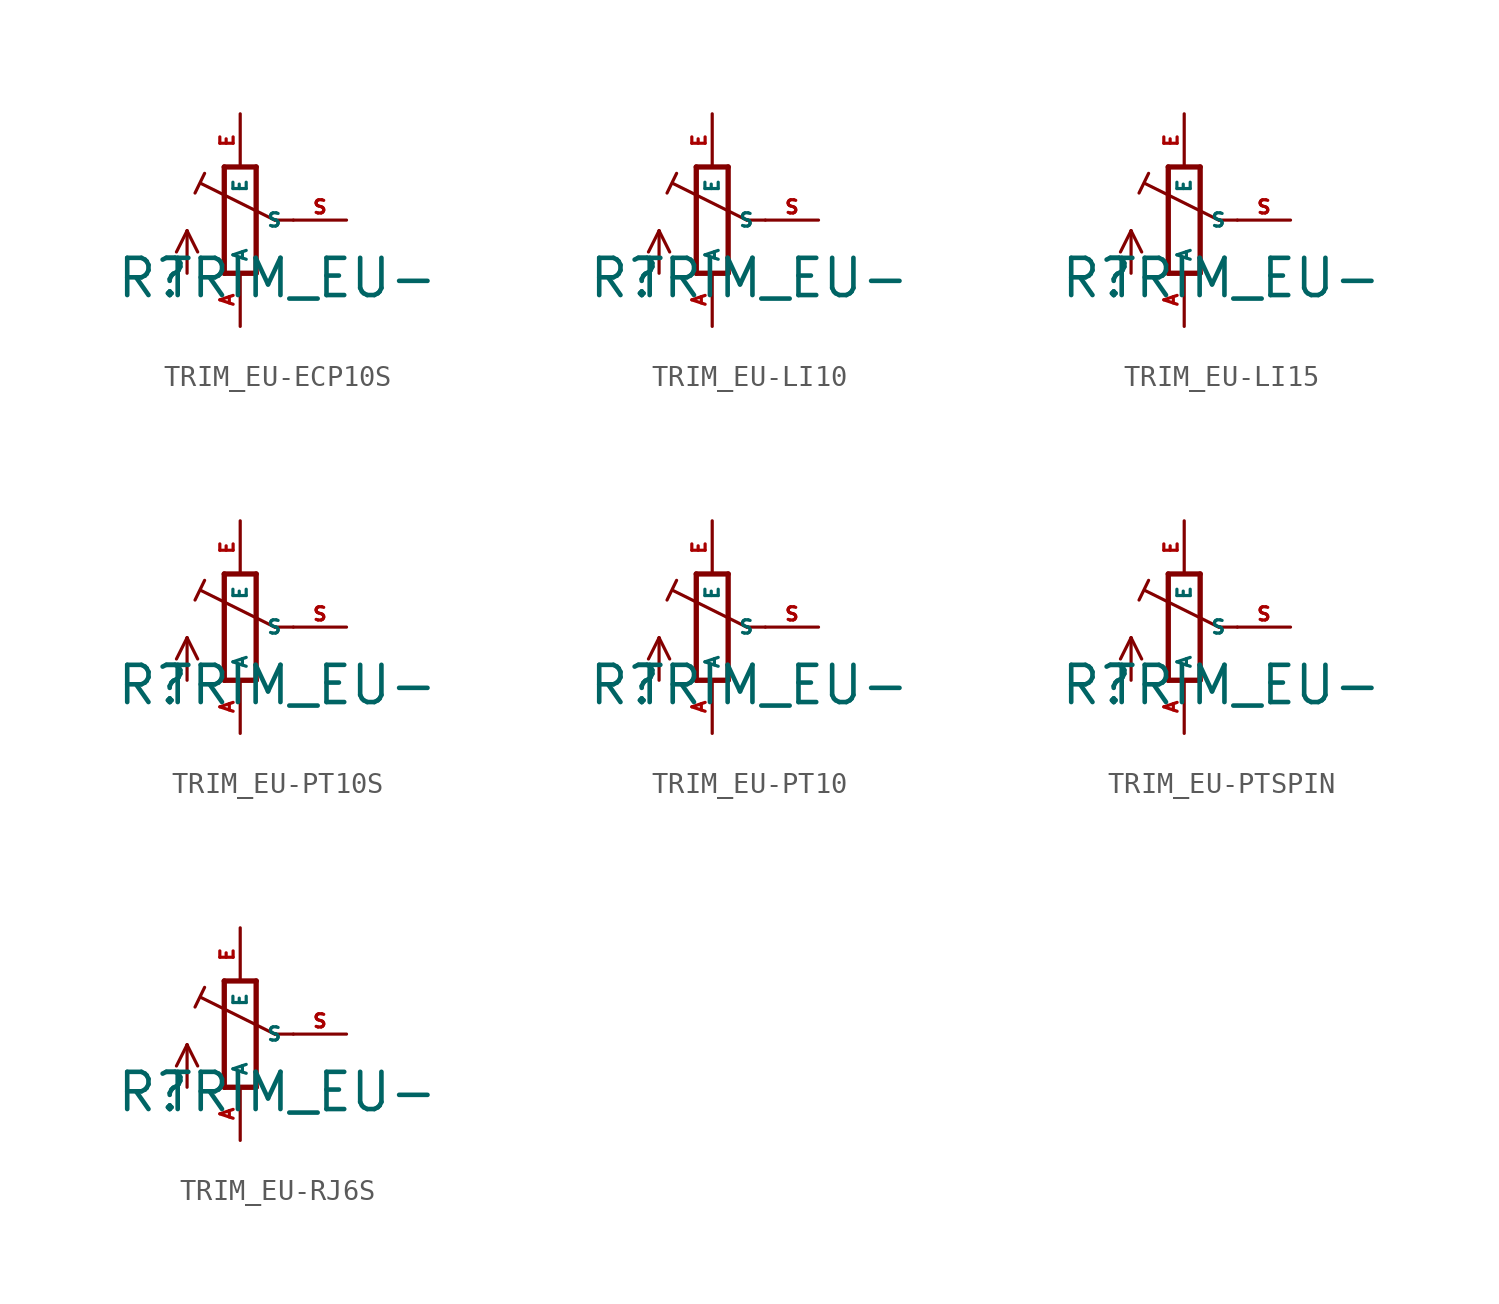
<source format=kicad_sym>
(kicad_symbol_lib
  (version 20220914)
  (generator Eagle2Kicad)
  (symbol "TRIM_EU-ECP10S"
    (property "Reference" "R"
      (at -5.969 -3.81 0)
      (effects (font (size 1.778 1.778) (thickness 0.22)) (justify left bottom)))
    (property "Value" "TRIM_EU-"
      (at -3.81 -3.81 0)
      (effects (font (size 1.778 1.778) (thickness 0.22)) (justify left bottom)))
    (polyline
      (pts (xy -0.762 2.54) (xy -0.762 -2.54))
      (stroke (width 0.254) (type default))
      (fill (type none)))
    (polyline
      (pts (xy 0.762 -2.54) (xy 0.762 2.54))
      (stroke (width 0.254) (type default))
      (fill (type none)))
    (polyline
      (pts (xy 2.54 0) (xy 1.651 0))
      (stroke (width 0.152) (type default))
      (fill (type none)))
    (polyline
      (pts (xy 1.651 0) (xy -1.88 1.753))
      (stroke (width 0.152) (type default))
      (fill (type none)))
    (polyline
      (pts (xy 0.762 2.54) (xy -0.762 2.54))
      (stroke (width 0.254) (type default))
      (fill (type none)))
    (polyline
      (pts (xy -0.762 -2.54) (xy 0.762 -2.54))
      (stroke (width 0.254) (type default))
      (fill (type none)))
    (polyline
      (pts (xy -2.54 -2.54) (xy -2.54 -0.508))
      (stroke (width 0.152) (type default))
      (fill (type none)))
    (polyline
      (pts (xy -2.54 -0.508) (xy -3.048 -1.524))
      (stroke (width 0.152) (type default))
      (fill (type none)))
    (polyline
      (pts (xy -2.54 -0.508) (xy -2.032 -1.524))
      (stroke (width 0.152) (type default))
      (fill (type none)))
    (polyline
      (pts (xy -2.16 1.294) (xy -1.702 2.235))
      (stroke (width 0.152) (type default))
      (fill (type none)))
    (pin passive line
      (at 0 -5.08 90)
      (length 2.54)
      (name "A" (effects (font (size 0.635 0.635) (thickness 0.08)) (justify left bottom)))
      (number "A" (effects (font (size 0.635 0.635) (thickness 0.08)) (justify left bottom))))
    (pin passive line
      (at 0 5.08 270)
      (length 2.54)
      (name "E" (effects (font (size 0.635 0.635) (thickness 0.08)) (justify left bottom)))
      (number "E" (effects (font (size 0.635 0.635) (thickness 0.08)) (justify left bottom))))
    (pin passive line
      (at 5.08 0 180)
      (length 2.54)
      (name "S" (effects (font (size 0.635 0.635) (thickness 0.08)) (justify left bottom)))
      (number "S" (effects (font (size 0.635 0.635) (thickness 0.08)) (justify left bottom)))))
  (symbol "TRIM_EU-LI10"
    (property "Reference" "R"
      (at -5.969 -3.81 0)
      (effects (font (size 1.778 1.778) (thickness 0.22)) (justify left bottom)))
    (property "Value" "TRIM_EU-"
      (at -3.81 -3.81 0)
      (effects (font (size 1.778 1.778) (thickness 0.22)) (justify left bottom)))
    (polyline
      (pts (xy -0.762 2.54) (xy -0.762 -2.54))
      (stroke (width 0.254) (type default))
      (fill (type none)))
    (polyline
      (pts (xy 0.762 -2.54) (xy 0.762 2.54))
      (stroke (width 0.254) (type default))
      (fill (type none)))
    (polyline
      (pts (xy 2.54 0) (xy 1.651 0))
      (stroke (width 0.152) (type default))
      (fill (type none)))
    (polyline
      (pts (xy 1.651 0) (xy -1.88 1.753))
      (stroke (width 0.152) (type default))
      (fill (type none)))
    (polyline
      (pts (xy 0.762 2.54) (xy -0.762 2.54))
      (stroke (width 0.254) (type default))
      (fill (type none)))
    (polyline
      (pts (xy -0.762 -2.54) (xy 0.762 -2.54))
      (stroke (width 0.254) (type default))
      (fill (type none)))
    (polyline
      (pts (xy -2.54 -2.54) (xy -2.54 -0.508))
      (stroke (width 0.152) (type default))
      (fill (type none)))
    (polyline
      (pts (xy -2.54 -0.508) (xy -3.048 -1.524))
      (stroke (width 0.152) (type default))
      (fill (type none)))
    (polyline
      (pts (xy -2.54 -0.508) (xy -2.032 -1.524))
      (stroke (width 0.152) (type default))
      (fill (type none)))
    (polyline
      (pts (xy -2.16 1.294) (xy -1.702 2.235))
      (stroke (width 0.152) (type default))
      (fill (type none)))
    (pin passive line
      (at 0 -5.08 90)
      (length 2.54)
      (name "A" (effects (font (size 0.635 0.635) (thickness 0.08)) (justify left bottom)))
      (number "A" (effects (font (size 0.635 0.635) (thickness 0.08)) (justify left bottom))))
    (pin passive line
      (at 0 5.08 270)
      (length 2.54)
      (name "E" (effects (font (size 0.635 0.635) (thickness 0.08)) (justify left bottom)))
      (number "E" (effects (font (size 0.635 0.635) (thickness 0.08)) (justify left bottom))))
    (pin passive line
      (at 5.08 0 180)
      (length 2.54)
      (name "S" (effects (font (size 0.635 0.635) (thickness 0.08)) (justify left bottom)))
      (number "S" (effects (font (size 0.635 0.635) (thickness 0.08)) (justify left bottom)))))
  (symbol "TRIM_EU-LI15"
    (property "Reference" "R"
      (at -5.969 -3.81 0)
      (effects (font (size 1.778 1.778) (thickness 0.22)) (justify left bottom)))
    (property "Value" "TRIM_EU-"
      (at -3.81 -3.81 0)
      (effects (font (size 1.778 1.778) (thickness 0.22)) (justify left bottom)))
    (polyline
      (pts (xy -0.762 2.54) (xy -0.762 -2.54))
      (stroke (width 0.254) (type default))
      (fill (type none)))
    (polyline
      (pts (xy 0.762 -2.54) (xy 0.762 2.54))
      (stroke (width 0.254) (type default))
      (fill (type none)))
    (polyline
      (pts (xy 2.54 0) (xy 1.651 0))
      (stroke (width 0.152) (type default))
      (fill (type none)))
    (polyline
      (pts (xy 1.651 0) (xy -1.88 1.753))
      (stroke (width 0.152) (type default))
      (fill (type none)))
    (polyline
      (pts (xy 0.762 2.54) (xy -0.762 2.54))
      (stroke (width 0.254) (type default))
      (fill (type none)))
    (polyline
      (pts (xy -0.762 -2.54) (xy 0.762 -2.54))
      (stroke (width 0.254) (type default))
      (fill (type none)))
    (polyline
      (pts (xy -2.54 -2.54) (xy -2.54 -0.508))
      (stroke (width 0.152) (type default))
      (fill (type none)))
    (polyline
      (pts (xy -2.54 -0.508) (xy -3.048 -1.524))
      (stroke (width 0.152) (type default))
      (fill (type none)))
    (polyline
      (pts (xy -2.54 -0.508) (xy -2.032 -1.524))
      (stroke (width 0.152) (type default))
      (fill (type none)))
    (polyline
      (pts (xy -2.16 1.294) (xy -1.702 2.235))
      (stroke (width 0.152) (type default))
      (fill (type none)))
    (pin passive line
      (at 0 -5.08 90)
      (length 2.54)
      (name "A" (effects (font (size 0.635 0.635) (thickness 0.08)) (justify left bottom)))
      (number "A" (effects (font (size 0.635 0.635) (thickness 0.08)) (justify left bottom))))
    (pin passive line
      (at 0 5.08 270)
      (length 2.54)
      (name "E" (effects (font (size 0.635 0.635) (thickness 0.08)) (justify left bottom)))
      (number "E" (effects (font (size 0.635 0.635) (thickness 0.08)) (justify left bottom))))
    (pin passive line
      (at 5.08 0 180)
      (length 2.54)
      (name "S" (effects (font (size 0.635 0.635) (thickness 0.08)) (justify left bottom)))
      (number "S" (effects (font (size 0.635 0.635) (thickness 0.08)) (justify left bottom)))))
  (symbol "TRIM_EU-PT10S"
    (property "Reference" "R"
      (at -5.969 -3.81 0)
      (effects (font (size 1.778 1.778) (thickness 0.22)) (justify left bottom)))
    (property "Value" "TRIM_EU-"
      (at -3.81 -3.81 0)
      (effects (font (size 1.778 1.778) (thickness 0.22)) (justify left bottom)))
    (polyline
      (pts (xy -0.762 2.54) (xy -0.762 -2.54))
      (stroke (width 0.254) (type default))
      (fill (type none)))
    (polyline
      (pts (xy 0.762 -2.54) (xy 0.762 2.54))
      (stroke (width 0.254) (type default))
      (fill (type none)))
    (polyline
      (pts (xy 2.54 0) (xy 1.651 0))
      (stroke (width 0.152) (type default))
      (fill (type none)))
    (polyline
      (pts (xy 1.651 0) (xy -1.88 1.753))
      (stroke (width 0.152) (type default))
      (fill (type none)))
    (polyline
      (pts (xy 0.762 2.54) (xy -0.762 2.54))
      (stroke (width 0.254) (type default))
      (fill (type none)))
    (polyline
      (pts (xy -0.762 -2.54) (xy 0.762 -2.54))
      (stroke (width 0.254) (type default))
      (fill (type none)))
    (polyline
      (pts (xy -2.54 -2.54) (xy -2.54 -0.508))
      (stroke (width 0.152) (type default))
      (fill (type none)))
    (polyline
      (pts (xy -2.54 -0.508) (xy -3.048 -1.524))
      (stroke (width 0.152) (type default))
      (fill (type none)))
    (polyline
      (pts (xy -2.54 -0.508) (xy -2.032 -1.524))
      (stroke (width 0.152) (type default))
      (fill (type none)))
    (polyline
      (pts (xy -2.16 1.294) (xy -1.702 2.235))
      (stroke (width 0.152) (type default))
      (fill (type none)))
    (pin passive line
      (at 0 -5.08 90)
      (length 2.54)
      (name "A" (effects (font (size 0.635 0.635) (thickness 0.08)) (justify left bottom)))
      (number "A" (effects (font (size 0.635 0.635) (thickness 0.08)) (justify left bottom))))
    (pin passive line
      (at 0 5.08 270)
      (length 2.54)
      (name "E" (effects (font (size 0.635 0.635) (thickness 0.08)) (justify left bottom)))
      (number "E" (effects (font (size 0.635 0.635) (thickness 0.08)) (justify left bottom))))
    (pin passive line
      (at 5.08 0 180)
      (length 2.54)
      (name "S" (effects (font (size 0.635 0.635) (thickness 0.08)) (justify left bottom)))
      (number "S" (effects (font (size 0.635 0.635) (thickness 0.08)) (justify left bottom)))))
  (symbol "TRIM_EU-PT10"
    (property "Reference" "R"
      (at -5.969 -3.81 0)
      (effects (font (size 1.778 1.778) (thickness 0.22)) (justify left bottom)))
    (property "Value" "TRIM_EU-"
      (at -3.81 -3.81 0)
      (effects (font (size 1.778 1.778) (thickness 0.22)) (justify left bottom)))
    (polyline
      (pts (xy -0.762 2.54) (xy -0.762 -2.54))
      (stroke (width 0.254) (type default))
      (fill (type none)))
    (polyline
      (pts (xy 0.762 -2.54) (xy 0.762 2.54))
      (stroke (width 0.254) (type default))
      (fill (type none)))
    (polyline
      (pts (xy 2.54 0) (xy 1.651 0))
      (stroke (width 0.152) (type default))
      (fill (type none)))
    (polyline
      (pts (xy 1.651 0) (xy -1.88 1.753))
      (stroke (width 0.152) (type default))
      (fill (type none)))
    (polyline
      (pts (xy 0.762 2.54) (xy -0.762 2.54))
      (stroke (width 0.254) (type default))
      (fill (type none)))
    (polyline
      (pts (xy -0.762 -2.54) (xy 0.762 -2.54))
      (stroke (width 0.254) (type default))
      (fill (type none)))
    (polyline
      (pts (xy -2.54 -2.54) (xy -2.54 -0.508))
      (stroke (width 0.152) (type default))
      (fill (type none)))
    (polyline
      (pts (xy -2.54 -0.508) (xy -3.048 -1.524))
      (stroke (width 0.152) (type default))
      (fill (type none)))
    (polyline
      (pts (xy -2.54 -0.508) (xy -2.032 -1.524))
      (stroke (width 0.152) (type default))
      (fill (type none)))
    (polyline
      (pts (xy -2.16 1.294) (xy -1.702 2.235))
      (stroke (width 0.152) (type default))
      (fill (type none)))
    (pin passive line
      (at 0 -5.08 90)
      (length 2.54)
      (name "A" (effects (font (size 0.635 0.635) (thickness 0.08)) (justify left bottom)))
      (number "A" (effects (font (size 0.635 0.635) (thickness 0.08)) (justify left bottom))))
    (pin passive line
      (at 0 5.08 270)
      (length 2.54)
      (name "E" (effects (font (size 0.635 0.635) (thickness 0.08)) (justify left bottom)))
      (number "E" (effects (font (size 0.635 0.635) (thickness 0.08)) (justify left bottom))))
    (pin passive line
      (at 5.08 0 180)
      (length 2.54)
      (name "S" (effects (font (size 0.635 0.635) (thickness 0.08)) (justify left bottom)))
      (number "S" (effects (font (size 0.635 0.635) (thickness 0.08)) (justify left bottom)))))
  (symbol "TRIM_EU-PTSPIN"
    (property "Reference" "R"
      (at -5.969 -3.81 0)
      (effects (font (size 1.778 1.778) (thickness 0.22)) (justify left bottom)))
    (property "Value" "TRIM_EU-"
      (at -3.81 -3.81 0)
      (effects (font (size 1.778 1.778) (thickness 0.22)) (justify left bottom)))
    (polyline
      (pts (xy -0.762 2.54) (xy -0.762 -2.54))
      (stroke (width 0.254) (type default))
      (fill (type none)))
    (polyline
      (pts (xy 0.762 -2.54) (xy 0.762 2.54))
      (stroke (width 0.254) (type default))
      (fill (type none)))
    (polyline
      (pts (xy 2.54 0) (xy 1.651 0))
      (stroke (width 0.152) (type default))
      (fill (type none)))
    (polyline
      (pts (xy 1.651 0) (xy -1.88 1.753))
      (stroke (width 0.152) (type default))
      (fill (type none)))
    (polyline
      (pts (xy 0.762 2.54) (xy -0.762 2.54))
      (stroke (width 0.254) (type default))
      (fill (type none)))
    (polyline
      (pts (xy -0.762 -2.54) (xy 0.762 -2.54))
      (stroke (width 0.254) (type default))
      (fill (type none)))
    (polyline
      (pts (xy -2.54 -2.54) (xy -2.54 -0.508))
      (stroke (width 0.152) (type default))
      (fill (type none)))
    (polyline
      (pts (xy -2.54 -0.508) (xy -3.048 -1.524))
      (stroke (width 0.152) (type default))
      (fill (type none)))
    (polyline
      (pts (xy -2.54 -0.508) (xy -2.032 -1.524))
      (stroke (width 0.152) (type default))
      (fill (type none)))
    (polyline
      (pts (xy -2.16 1.294) (xy -1.702 2.235))
      (stroke (width 0.152) (type default))
      (fill (type none)))
    (pin passive line
      (at 0 -5.08 90)
      (length 2.54)
      (name "A" (effects (font (size 0.635 0.635) (thickness 0.08)) (justify left bottom)))
      (number "A" (effects (font (size 0.635 0.635) (thickness 0.08)) (justify left bottom))))
    (pin passive line
      (at 0 5.08 270)
      (length 2.54)
      (name "E" (effects (font (size 0.635 0.635) (thickness 0.08)) (justify left bottom)))
      (number "E" (effects (font (size 0.635 0.635) (thickness 0.08)) (justify left bottom))))
    (pin passive line
      (at 5.08 0 180)
      (length 2.54)
      (name "S" (effects (font (size 0.635 0.635) (thickness 0.08)) (justify left bottom)))
      (number "S" (effects (font (size 0.635 0.635) (thickness 0.08)) (justify left bottom)))))
  (symbol "TRIM_EU-RJ6S"
    (property "Reference" "R"
      (at -5.969 -3.81 0)
      (effects (font (size 1.778 1.778) (thickness 0.22)) (justify left bottom)))
    (property "Value" "TRIM_EU-"
      (at -3.81 -3.81 0)
      (effects (font (size 1.778 1.778) (thickness 0.22)) (justify left bottom)))
    (polyline
      (pts (xy -0.762 2.54) (xy -0.762 -2.54))
      (stroke (width 0.254) (type default))
      (fill (type none)))
    (polyline
      (pts (xy 0.762 -2.54) (xy 0.762 2.54))
      (stroke (width 0.254) (type default))
      (fill (type none)))
    (polyline
      (pts (xy 2.54 0) (xy 1.651 0))
      (stroke (width 0.152) (type default))
      (fill (type none)))
    (polyline
      (pts (xy 1.651 0) (xy -1.88 1.753))
      (stroke (width 0.152) (type default))
      (fill (type none)))
    (polyline
      (pts (xy 0.762 2.54) (xy -0.762 2.54))
      (stroke (width 0.254) (type default))
      (fill (type none)))
    (polyline
      (pts (xy -0.762 -2.54) (xy 0.762 -2.54))
      (stroke (width 0.254) (type default))
      (fill (type none)))
    (polyline
      (pts (xy -2.54 -2.54) (xy -2.54 -0.508))
      (stroke (width 0.152) (type default))
      (fill (type none)))
    (polyline
      (pts (xy -2.54 -0.508) (xy -3.048 -1.524))
      (stroke (width 0.152) (type default))
      (fill (type none)))
    (polyline
      (pts (xy -2.54 -0.508) (xy -2.032 -1.524))
      (stroke (width 0.152) (type default))
      (fill (type none)))
    (polyline
      (pts (xy -2.16 1.294) (xy -1.702 2.235))
      (stroke (width 0.152) (type default))
      (fill (type none)))
    (pin passive line
      (at 0 -5.08 90)
      (length 2.54)
      (name "A" (effects (font (size 0.635 0.635) (thickness 0.08)) (justify left bottom)))
      (number "A" (effects (font (size 0.635 0.635) (thickness 0.08)) (justify left bottom))))
    (pin passive line
      (at 0 5.08 270)
      (length 2.54)
      (name "E" (effects (font (size 0.635 0.635) (thickness 0.08)) (justify left bottom)))
      (number "E" (effects (font (size 0.635 0.635) (thickness 0.08)) (justify left bottom))))
    (pin passive line
      (at 5.08 0 180)
      (length 2.54)
      (name "S" (effects (font (size 0.635 0.635) (thickness 0.08)) (justify left bottom)))
      (number "S" (effects (font (size 0.635 0.635) (thickness 0.08)) (justify left bottom))))))
</source>
